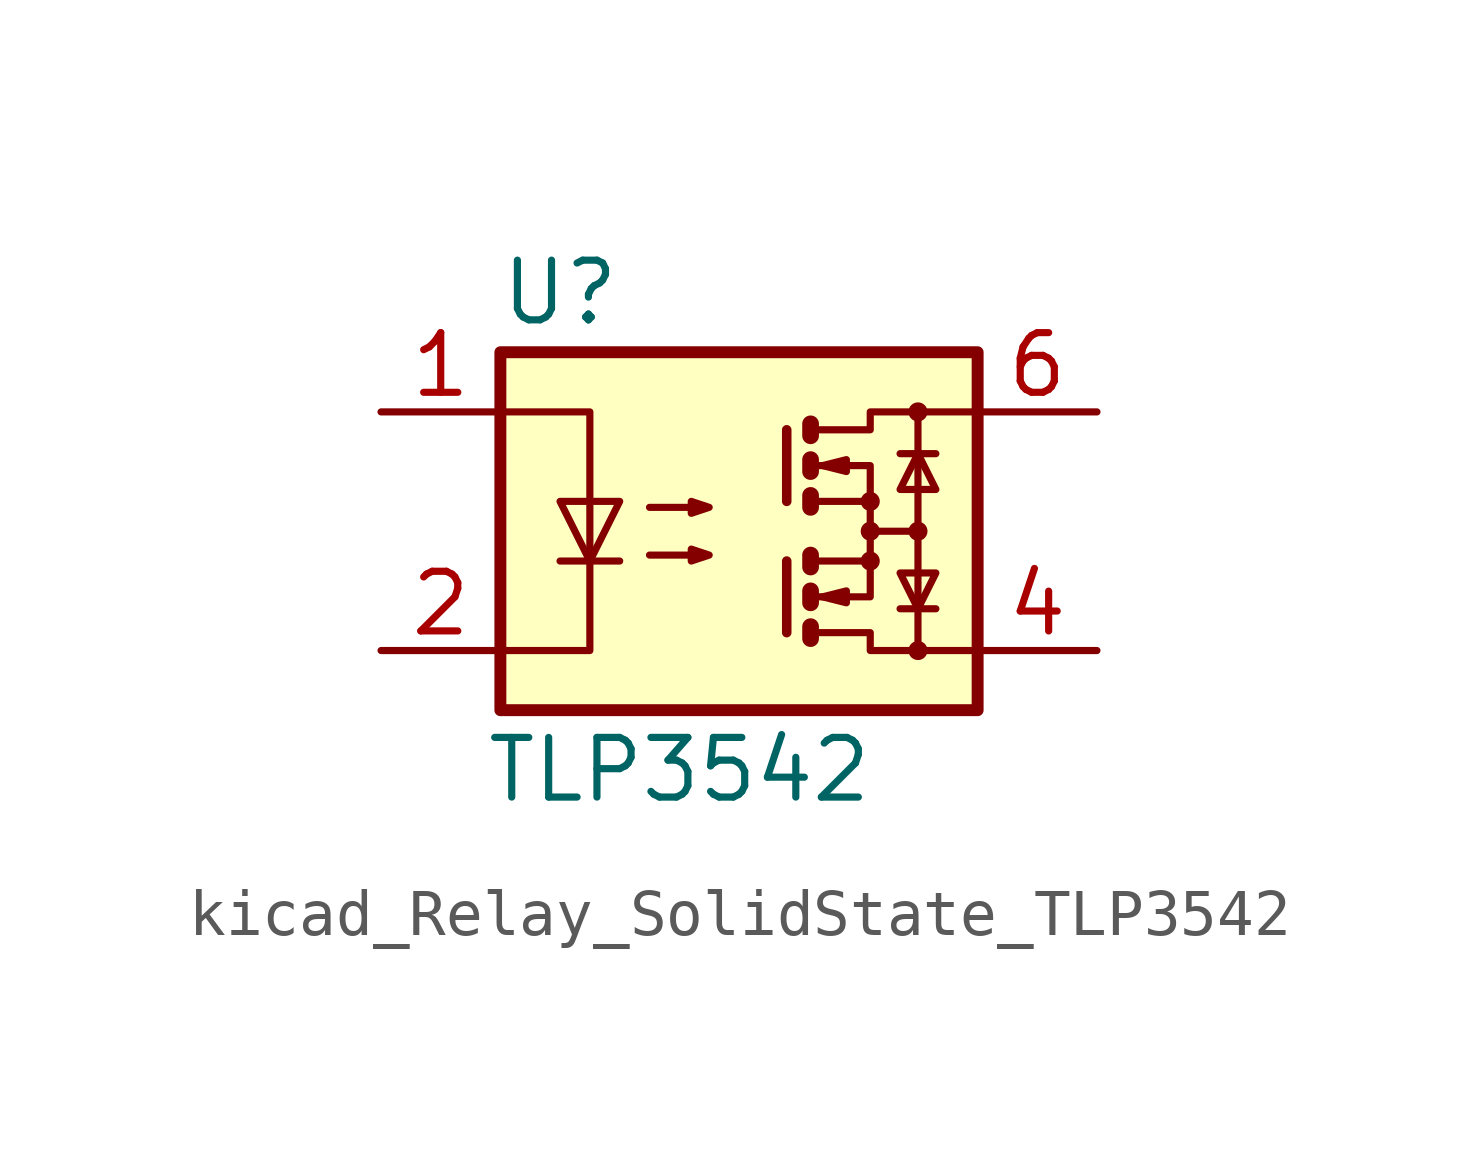
<source format=kicad_sym>
(kicad_symbol_lib
  (version 20220914)
  (generator kicad_symbol_editor)
  (symbol "kicad_Relay_SolidState_TLP3542"
    (property "Reference" "U"
      (at -3.81 5.08 0)
      (effects (font (size 1.27 1.27))))
    (property "Value" "TLP3542"
      (at -1.27 -5.08 0)
      (effects (font (size 1.27 1.27))))
    (symbol "kicad_Relay_SolidState_TLP3542_0_1"
      (rectangle (start -5.08 3.81) (end 5.08 -3.81) (stroke (width 0.254) (type default)) (fill (type background)))
      (polyline (pts (xy -3.81 -0.635) (xy -2.54 -0.635)) (stroke (width 0) (type default)) (fill (type none)))
      (polyline (pts (xy 1.016 -0.635) (xy 1.016 -2.159)) (stroke (width 0.203) (type default)) (fill (type none)))
      (polyline (pts (xy 1.016 2.159) (xy 1.016 0.635)) (stroke (width 0.203) (type default)) (fill (type none)))
      (polyline (pts (xy 1.524 -0.508) (xy 1.524 -0.762)) (stroke (width 0.356) (type default)) (fill (type none)))
      (polyline (pts (xy 2.794 0) (xy 3.81 0)) (stroke (width 0) (type default)) (fill (type none)))
      (polyline (pts (xy 3.429 -1.651) (xy 4.191 -1.651)) (stroke (width 0) (type default)) (fill (type none)))
      (polyline (pts (xy 3.429 1.651) (xy 4.191 1.651)) (stroke (width 0) (type default)) (fill (type none)))
      (polyline (pts (xy 3.81 -2.54) (xy 3.81 2.54)) (stroke (width 0) (type default)) (fill (type none)))
      (polyline (pts (xy 1.524 -2.032) (xy 1.524 -2.286) (xy 1.524 -2.286)) (stroke (width 0.356) (type default)) (fill (type none)))
      (polyline (pts (xy 1.524 -1.27) (xy 1.524 -1.524) (xy 1.524 -1.524)) (stroke (width 0.356) (type default)) (fill (type none)))
      (polyline (pts (xy 1.524 0.762) (xy 1.524 0.508) (xy 1.524 0.508)) (stroke (width 0.356) (type default)) (fill (type none)))
      (polyline (pts (xy 1.524 1.524) (xy 1.524 1.27) (xy 1.524 1.27)) (stroke (width 0.356) (type default)) (fill (type none)))
      (polyline (pts (xy 1.524 2.286) (xy 1.524 2.032) (xy 1.524 2.032)) (stroke (width 0.356) (type default)) (fill (type none)))
      (polyline (pts (xy 1.651 -1.397) (xy 2.794 -1.397) (xy 2.794 -0.635)) (stroke (width 0) (type default)) (fill (type none)))
      (polyline (pts (xy 1.651 1.397) (xy 2.794 1.397) (xy 2.794 0.635)) (stroke (width 0) (type default)) (fill (type none)))
      (polyline (pts (xy -5.08 2.54) (xy -3.175 2.54) (xy -3.175 -2.54) (xy -5.08 -2.54)) (stroke (width 0) (type default)) (fill (type none)))
      (polyline (pts (xy -3.175 -0.635) (xy -3.81 0.635) (xy -2.54 0.635) (xy -3.175 -0.635)) (stroke (width 0) (type default)) (fill (type none)))
      (polyline (pts (xy 1.651 -2.159) (xy 2.794 -2.159) (xy 2.794 -2.54) (xy 5.08 -2.54)) (stroke (width 0) (type default)) (fill (type none)))
      (polyline (pts (xy 1.651 -0.635) (xy 2.794 -0.635) (xy 2.794 0.635) (xy 1.651 0.635)) (stroke (width 0) (type default)) (fill (type none)))
      (polyline (pts (xy 1.651 2.159) (xy 2.794 2.159) (xy 2.794 2.54) (xy 5.08 2.54)) (stroke (width 0) (type default)) (fill (type none)))
      (polyline (pts (xy 1.778 -1.397) (xy 2.286 -1.27) (xy 2.286 -1.524) (xy 1.778 -1.397)) (stroke (width 0) (type default)) (fill (type none)))
      (polyline (pts (xy 1.778 1.397) (xy 2.286 1.524) (xy 2.286 1.27) (xy 1.778 1.397)) (stroke (width 0) (type default)) (fill (type none)))
      (polyline (pts (xy 3.81 -1.651) (xy 3.429 -0.889) (xy 4.191 -0.889) (xy 3.81 -1.651)) (stroke (width 0) (type default)) (fill (type none)))
      (polyline (pts (xy 3.81 1.651) (xy 3.429 0.889) (xy 4.191 0.889) (xy 3.81 1.651)) (stroke (width 0) (type default)) (fill (type none)))
      (polyline (pts (xy -1.905 -0.508) (xy -0.635 -0.508) (xy -1.016 -0.635) (xy -1.016 -0.381) (xy -0.635 -0.508)) (stroke (width 0) (type default)) (fill (type none)))
      (polyline (pts (xy -1.905 0.508) (xy -0.635 0.508) (xy -1.016 0.381) (xy -1.016 0.635) (xy -0.635 0.508)) (stroke (width 0) (type default)) (fill (type none)))
      (circle (center 2.794 -0.635) (radius 0.127) (stroke (width 0) (type default)) (fill (type none)))
      (circle (center 2.794 0) (radius 0.127) (stroke (width 0) (type default)) (fill (type none)))
      (circle (center 2.794 0.635) (radius 0.127) (stroke (width 0) (type default)) (fill (type none)))
      (circle (center 3.81 -2.54) (radius 0.127) (stroke (width 0) (type default)) (fill (type none)))
      (circle (center 3.81 0) (radius 0.127) (stroke (width 0) (type default)) (fill (type none)))
      (circle (center 3.81 2.54) (radius 0.127) (stroke (width 0) (type default)) (fill (type none))))
    (symbol "kicad_Relay_SolidState_TLP3542_1_1"
      (pin passive line (at -7.62 2.54 0) (length 2.54) (name "~" (effects (font (size 1.27 1.27)))) (number "1" (effects (font (size 1.27 1.27)))))
      (pin passive line (at -7.62 -2.54 0) (length 2.54) (name "~" (effects (font (size 1.27 1.27)))) (number "2" (effects (font (size 1.27 1.27)))))
      (pin no_connect line (at -5.08 0 0) (length 2.54) hide (name "~" (effects (font (size 1.27 1.27)))) (number "3" (effects (font (size 1.27 1.27)))))
      (pin passive line (at 7.62 -2.54 180) (length 2.54) (name "~" (effects (font (size 1.27 1.27)))) (number "4" (effects (font (size 1.27 1.27)))))
      (pin passive line (at 7.62 2.54 180) (length 2.54) (name "~" (effects (font (size 1.27 1.27)))) (number "6" (effects (font (size 1.27 1.27))))))))
</source>
